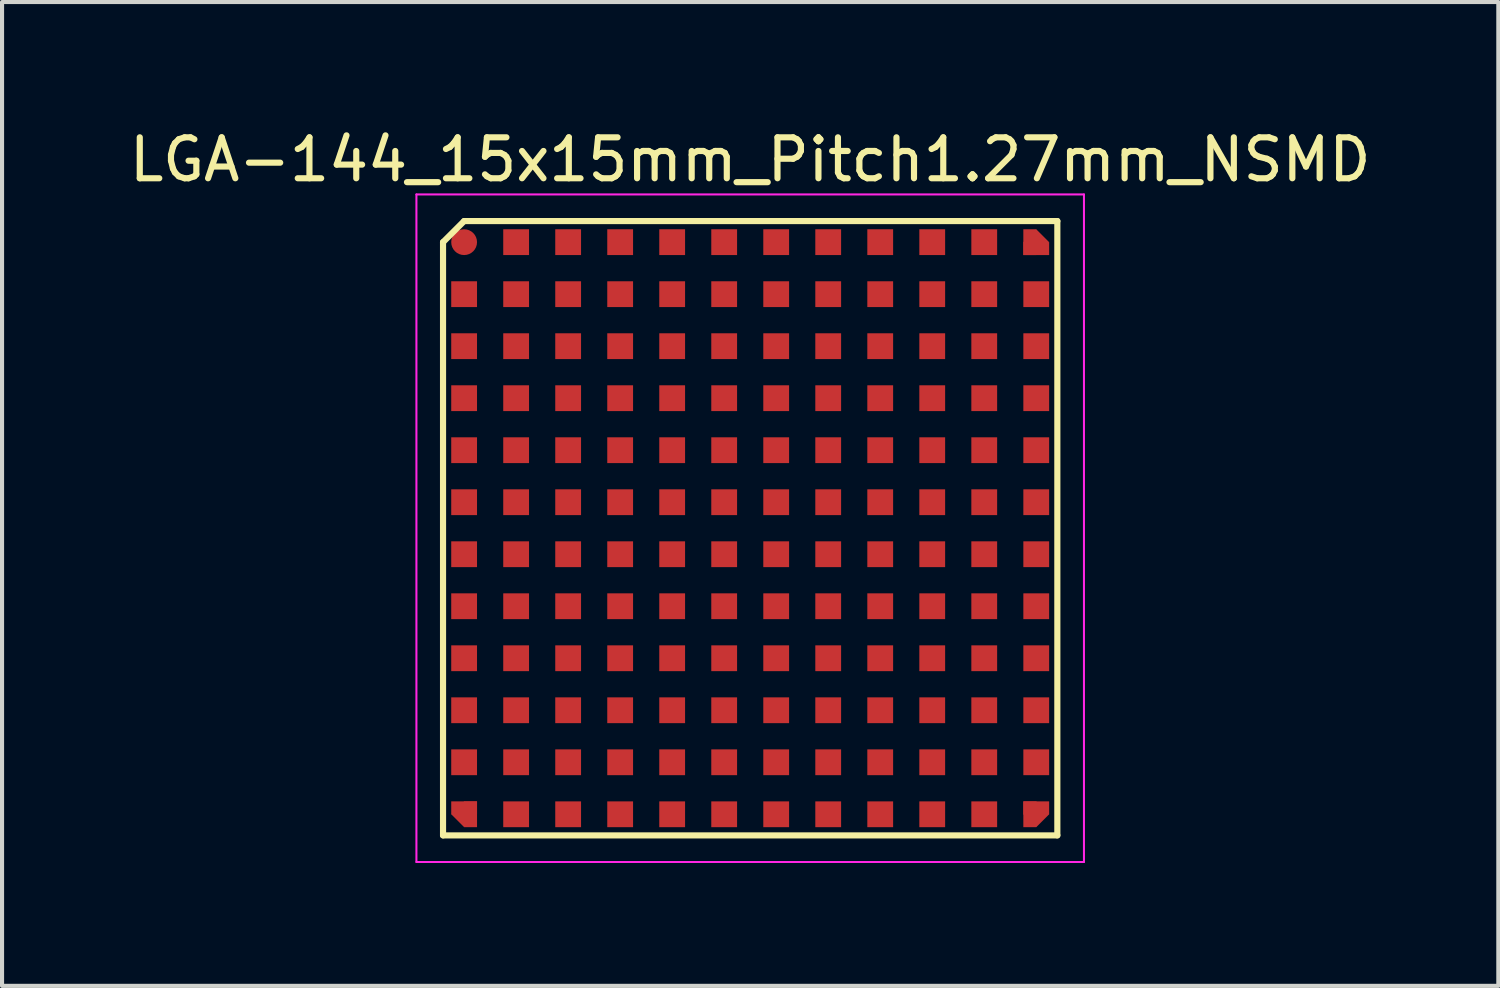
<source format=kicad_pcb>
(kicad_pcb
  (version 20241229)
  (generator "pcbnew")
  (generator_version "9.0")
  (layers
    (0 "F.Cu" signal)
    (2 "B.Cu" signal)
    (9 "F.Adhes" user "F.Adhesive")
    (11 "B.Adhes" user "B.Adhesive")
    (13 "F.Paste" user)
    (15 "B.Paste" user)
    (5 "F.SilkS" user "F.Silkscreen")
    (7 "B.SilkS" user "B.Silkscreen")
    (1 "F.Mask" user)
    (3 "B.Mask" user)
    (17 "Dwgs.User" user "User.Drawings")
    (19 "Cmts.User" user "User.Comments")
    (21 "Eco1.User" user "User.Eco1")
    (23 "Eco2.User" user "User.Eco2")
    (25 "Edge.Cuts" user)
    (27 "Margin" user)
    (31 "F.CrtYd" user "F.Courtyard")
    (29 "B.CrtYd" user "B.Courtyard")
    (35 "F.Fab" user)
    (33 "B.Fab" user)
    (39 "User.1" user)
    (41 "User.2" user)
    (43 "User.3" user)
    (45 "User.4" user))
  (footprint "LGA-144_15x15mm_Pitch1.27mm_NSMD"
    (layer "F.Cu")
    (at 15.268 9.848)
    (property "Reference" "LGA-144_15x15mm_Pitch1.27mm_NSMD" (at 0 -9 0) (layer "F.SilkS") (effects (font (size 1 1) (thickness 0.15))))
    (attr smd)
    (fp_line (start -7.5 -6.985) (end -7.5 7.5) (stroke (width 0.15) (type solid)) (layer "F.SilkS"))
    (fp_line (start -7.5 7.5) (end 7.5 7.5) (stroke (width 0.15) (type solid)) (layer "F.SilkS"))
    (fp_line (start -6.985 -7.5) (end -7.5 -6.985) (stroke (width 0.15) (type solid)) (layer "F.SilkS"))
    (fp_line (start 7.5 -7.5) (end -6.985 -7.5) (stroke (width 0.15) (type solid)) (layer "F.SilkS"))
    (fp_line (start 7.5 7.5) (end 7.5 -7.5) (stroke (width 0.15) (type solid)) (layer "F.SilkS"))
    (fp_line (start -8.15 -8.15) (end 8.15 -8.15) (stroke (width 0.05) (type solid)) (layer "F.CrtYd"))
    (fp_line (start -8.15 8.15) (end -8.15 -8.15) (stroke (width 0.05) (type solid)) (layer "F.CrtYd"))
    (fp_line (start 8.15 -8.15) (end 8.15 8.15) (stroke (width 0.05) (type solid)) (layer "F.CrtYd"))
    (fp_line (start 8.15 8.15) (end -8.15 8.15) (stroke (width 0.05) (type solid)) (layer "F.CrtYd"))
    (pad "A1" smd circle (at -6.985 -6.985) (size 0.63 0.63) (layers "F.Cu" "F.Mask" "F.Paste"))
    (pad "A2" smd rect (at -6.985 -5.715) (size 0.63 0.63) (layers "F.Cu" "F.Mask" "F.Paste"))
    (pad "A3" smd rect (at -6.985 -4.445) (size 0.63 0.63) (layers "F.Cu" "F.Mask" "F.Paste"))
    (pad "A4" smd rect (at -6.985 -3.175) (size 0.63 0.63) (layers "F.Cu" "F.Mask" "F.Paste"))
    (pad "A5" smd rect (at -6.985 -1.905) (size 0.63 0.63) (layers "F.Cu" "F.Mask" "F.Paste"))
    (pad "A6" smd rect (at -6.985 -0.635) (size 0.63 0.63) (layers "F.Cu" "F.Mask" "F.Paste"))
    (pad "A7" smd rect (at -6.985 0.635) (size 0.63 0.63) (layers "F.Cu" "F.Mask" "F.Paste"))
    (pad "A8" smd rect (at -6.985 1.905) (size 0.63 0.63) (layers "F.Cu" "F.Mask" "F.Paste"))
    (pad "A9" smd rect (at -6.985 3.175) (size 0.63 0.63) (layers "F.Cu" "F.Mask" "F.Paste"))
    (pad "A10" smd rect (at -6.985 4.445) (size 0.63 0.63) (layers "F.Cu" "F.Mask" "F.Paste"))
    (pad "A11" smd rect (at -6.985 5.715) (size 0.63 0.63) (layers "F.Cu" "F.Mask" "F.Paste"))
    (pad "A12" smd rect (at -6.985 6.985 180) (size 0.315 0.63) (drill (offset -0.158 0)) (layers "F.Cu" "F.Mask" "F.Paste"))
    (pad "A12" smd rect (at -6.985 6.985 225) (size 0.445 0.445) (layers "F.Cu" "F.Mask" "F.Paste"))
    (pad "A12" smd rect (at -6.985 6.985 180) (size 0.63 0.315) (drill (offset 0 0.158)) (layers "F.Cu" "F.Mask" "F.Paste"))
    (pad "B1" smd rect (at -5.715 -6.985) (size 0.63 0.63) (layers "F.Cu" "F.Mask" "F.Paste"))
    (pad "B2" smd rect (at -5.715 -5.715) (size 0.63 0.63) (layers "F.Cu" "F.Mask" "F.Paste"))
    (pad "B3" smd rect (at -5.715 -4.445) (size 0.63 0.63) (layers "F.Cu" "F.Mask" "F.Paste"))
    (pad "B4" smd rect (at -5.715 -3.175) (size 0.63 0.63) (layers "F.Cu" "F.Mask" "F.Paste"))
    (pad "B5" smd rect (at -5.715 -1.905) (size 0.63 0.63) (layers "F.Cu" "F.Mask" "F.Paste"))
    (pad "B6" smd rect (at -5.715 -0.635) (size 0.63 0.63) (layers "F.Cu" "F.Mask" "F.Paste"))
    (pad "B7" smd rect (at -5.715 0.635) (size 0.63 0.63) (layers "F.Cu" "F.Mask" "F.Paste"))
    (pad "B8" smd rect (at -5.715 1.905) (size 0.63 0.63) (layers "F.Cu" "F.Mask" "F.Paste"))
    (pad "B9" smd rect (at -5.715 3.175) (size 0.63 0.63) (layers "F.Cu" "F.Mask" "F.Paste"))
    (pad "B10" smd rect (at -5.715 4.445) (size 0.63 0.63) (layers "F.Cu" "F.Mask" "F.Paste"))
    (pad "B11" smd rect (at -5.715 5.715) (size 0.63 0.63) (layers "F.Cu" "F.Mask" "F.Paste"))
    (pad "B12" smd rect (at -5.715 6.985) (size 0.63 0.63) (layers "F.Cu" "F.Mask" "F.Paste"))
    (pad "C1" smd rect (at -4.445 -6.985) (size 0.63 0.63) (layers "F.Cu" "F.Mask" "F.Paste"))
    (pad "C2" smd rect (at -4.445 -5.715) (size 0.63 0.63) (layers "F.Cu" "F.Mask" "F.Paste"))
    (pad "C3" smd rect (at -4.445 -4.445) (size 0.63 0.63) (layers "F.Cu" "F.Mask" "F.Paste"))
    (pad "C4" smd rect (at -4.445 -3.175) (size 0.63 0.63) (layers "F.Cu" "F.Mask" "F.Paste"))
    (pad "C5" smd rect (at -4.445 -1.905) (size 0.63 0.63) (layers "F.Cu" "F.Mask" "F.Paste"))
    (pad "C6" smd rect (at -4.445 -0.635) (size 0.63 0.63) (layers "F.Cu" "F.Mask" "F.Paste"))
    (pad "C7" smd rect (at -4.445 0.635) (size 0.63 0.63) (layers "F.Cu" "F.Mask" "F.Paste"))
    (pad "C8" smd rect (at -4.445 1.905) (size 0.63 0.63) (layers "F.Cu" "F.Mask" "F.Paste"))
    (pad "C9" smd rect (at -4.445 3.175) (size 0.63 0.63) (layers "F.Cu" "F.Mask" "F.Paste"))
    (pad "C10" smd rect (at -4.445 4.445) (size 0.63 0.63) (layers "F.Cu" "F.Mask" "F.Paste"))
    (pad "C11" smd rect (at -4.445 5.715) (size 0.63 0.63) (layers "F.Cu" "F.Mask" "F.Paste"))
    (pad "C12" smd rect (at -4.445 6.985) (size 0.63 0.63) (layers "F.Cu" "F.Mask" "F.Paste"))
    (pad "D1" smd rect (at -3.175 -6.985) (size 0.63 0.63) (layers "F.Cu" "F.Mask" "F.Paste"))
    (pad "D2" smd rect (at -3.175 -5.715) (size 0.63 0.63) (layers "F.Cu" "F.Mask" "F.Paste"))
    (pad "D3" smd rect (at -3.175 -4.445) (size 0.63 0.63) (layers "F.Cu" "F.Mask" "F.Paste"))
    (pad "D4" smd rect (at -3.175 -3.175) (size 0.63 0.63) (layers "F.Cu" "F.Mask" "F.Paste"))
    (pad "D5" smd rect (at -3.175 -1.905) (size 0.63 0.63) (layers "F.Cu" "F.Mask" "F.Paste"))
    (pad "D6" smd rect (at -3.175 -0.635) (size 0.63 0.63) (layers "F.Cu" "F.Mask" "F.Paste"))
    (pad "D7" smd rect (at -3.175 0.635) (size 0.63 0.63) (layers "F.Cu" "F.Mask" "F.Paste"))
    (pad "D8" smd rect (at -3.175 1.905) (size 0.63 0.63) (layers "F.Cu" "F.Mask" "F.Paste"))
    (pad "D9" smd rect (at -3.175 3.175) (size 0.63 0.63) (layers "F.Cu" "F.Mask" "F.Paste"))
    (pad "D10" smd rect (at -3.175 4.445) (size 0.63 0.63) (layers "F.Cu" "F.Mask" "F.Paste"))
    (pad "D11" smd rect (at -3.175 5.715) (size 0.63 0.63) (layers "F.Cu" "F.Mask" "F.Paste"))
    (pad "D12" smd rect (at -3.175 6.985) (size 0.63 0.63) (layers "F.Cu" "F.Mask" "F.Paste"))
    (pad "E1" smd rect (at -1.905 -6.985) (size 0.63 0.63) (layers "F.Cu" "F.Mask" "F.Paste"))
    (pad "E2" smd rect (at -1.905 -5.715) (size 0.63 0.63) (layers "F.Cu" "F.Mask" "F.Paste"))
    (pad "E3" smd rect (at -1.905 -4.445) (size 0.63 0.63) (layers "F.Cu" "F.Mask" "F.Paste"))
    (pad "E4" smd rect (at -1.905 -3.175) (size 0.63 0.63) (layers "F.Cu" "F.Mask" "F.Paste"))
    (pad "E5" smd rect (at -1.905 -1.905) (size 0.63 0.63) (layers "F.Cu" "F.Mask" "F.Paste"))
    (pad "E6" smd rect (at -1.905 -0.635) (size 0.63 0.63) (layers "F.Cu" "F.Mask" "F.Paste"))
    (pad "E7" smd rect (at -1.905 0.635) (size 0.63 0.63) (layers "F.Cu" "F.Mask" "F.Paste"))
    (pad "E8" smd rect (at -1.905 1.905) (size 0.63 0.63) (layers "F.Cu" "F.Mask" "F.Paste"))
    (pad "E9" smd rect (at -1.905 3.175) (size 0.63 0.63) (layers "F.Cu" "F.Mask" "F.Paste"))
    (pad "E10" smd rect (at -1.905 4.445) (size 0.63 0.63) (layers "F.Cu" "F.Mask" "F.Paste"))
    (pad "E11" smd rect (at -1.905 5.715) (size 0.63 0.63) (layers "F.Cu" "F.Mask" "F.Paste"))
    (pad "E12" smd rect (at -1.905 6.985) (size 0.63 0.63) (layers "F.Cu" "F.Mask" "F.Paste"))
    (pad "F1" smd rect (at -0.635 -6.985) (size 0.63 0.63) (layers "F.Cu" "F.Mask" "F.Paste"))
    (pad "F2" smd rect (at -0.635 -5.715) (size 0.63 0.63) (layers "F.Cu" "F.Mask" "F.Paste"))
    (pad "F3" smd rect (at -0.635 -4.445) (size 0.63 0.63) (layers "F.Cu" "F.Mask" "F.Paste"))
    (pad "F4" smd rect (at -0.635 -3.175) (size 0.63 0.63) (layers "F.Cu" "F.Mask" "F.Paste"))
    (pad "F5" smd rect (at -0.635 -1.905) (size 0.63 0.63) (layers "F.Cu" "F.Mask" "F.Paste"))
    (pad "F6" smd rect (at -0.635 -0.635) (size 0.63 0.63) (layers "F.Cu" "F.Mask" "F.Paste"))
    (pad "F7" smd rect (at -0.635 0.635) (size 0.63 0.63) (layers "F.Cu" "F.Mask" "F.Paste"))
    (pad "F8" smd rect (at -0.635 1.905) (size 0.63 0.63) (layers "F.Cu" "F.Mask" "F.Paste"))
    (pad "F9" smd rect (at -0.635 3.175) (size 0.63 0.63) (layers "F.Cu" "F.Mask" "F.Paste"))
    (pad "F10" smd rect (at -0.635 4.445) (size 0.63 0.63) (layers "F.Cu" "F.Mask" "F.Paste"))
    (pad "F11" smd rect (at -0.635 5.715) (size 0.63 0.63) (layers "F.Cu" "F.Mask" "F.Paste"))
    (pad "F12" smd rect (at -0.635 6.985) (size 0.63 0.63) (layers "F.Cu" "F.Mask" "F.Paste"))
    (pad "G1" smd rect (at 0.635 -6.985) (size 0.63 0.63) (layers "F.Cu" "F.Mask" "F.Paste"))
    (pad "G2" smd rect (at 0.635 -5.715) (size 0.63 0.63) (layers "F.Cu" "F.Mask" "F.Paste"))
    (pad "G3" smd rect (at 0.635 -4.445) (size 0.63 0.63) (layers "F.Cu" "F.Mask" "F.Paste"))
    (pad "G4" smd rect (at 0.635 -3.175) (size 0.63 0.63) (layers "F.Cu" "F.Mask" "F.Paste"))
    (pad "G5" smd rect (at 0.635 -1.905) (size 0.63 0.63) (layers "F.Cu" "F.Mask" "F.Paste"))
    (pad "G6" smd rect (at 0.635 -0.635) (size 0.63 0.63) (layers "F.Cu" "F.Mask" "F.Paste"))
    (pad "G7" smd rect (at 0.635 0.635) (size 0.63 0.63) (layers "F.Cu" "F.Mask" "F.Paste"))
    (pad "G8" smd rect (at 0.635 1.905) (size 0.63 0.63) (layers "F.Cu" "F.Mask" "F.Paste"))
    (pad "G9" smd rect (at 0.635 3.175) (size 0.63 0.63) (layers "F.Cu" "F.Mask" "F.Paste"))
    (pad "G10" smd rect (at 0.635 4.445) (size 0.63 0.63) (layers "F.Cu" "F.Mask" "F.Paste"))
    (pad "G11" smd rect (at 0.635 5.715) (size 0.63 0.63) (layers "F.Cu" "F.Mask" "F.Paste"))
    (pad "G12" smd rect (at 0.635 6.985) (size 0.63 0.63) (layers "F.Cu" "F.Mask" "F.Paste"))
    (pad "H1" smd rect (at 1.905 -6.985) (size 0.63 0.63) (layers "F.Cu" "F.Mask" "F.Paste"))
    (pad "H2" smd rect (at 1.905 -5.715) (size 0.63 0.63) (layers "F.Cu" "F.Mask" "F.Paste"))
    (pad "H3" smd rect (at 1.905 -4.445) (size 0.63 0.63) (layers "F.Cu" "F.Mask" "F.Paste"))
    (pad "H4" smd rect (at 1.905 -3.175) (size 0.63 0.63) (layers "F.Cu" "F.Mask" "F.Paste"))
    (pad "H5" smd rect (at 1.905 -1.905) (size 0.63 0.63) (layers "F.Cu" "F.Mask" "F.Paste"))
    (pad "H6" smd rect (at 1.905 -0.635) (size 0.63 0.63) (layers "F.Cu" "F.Mask" "F.Paste"))
    (pad "H7" smd rect (at 1.905 0.635) (size 0.63 0.63) (layers "F.Cu" "F.Mask" "F.Paste"))
    (pad "H8" smd rect (at 1.905 1.905) (size 0.63 0.63) (layers "F.Cu" "F.Mask" "F.Paste"))
    (pad "H9" smd rect (at 1.905 3.175) (size 0.63 0.63) (layers "F.Cu" "F.Mask" "F.Paste"))
    (pad "H10" smd rect (at 1.905 4.445) (size 0.63 0.63) (layers "F.Cu" "F.Mask" "F.Paste"))
    (pad "H11" smd rect (at 1.905 5.715) (size 0.63 0.63) (layers "F.Cu" "F.Mask" "F.Paste"))
    (pad "H12" smd rect (at 1.905 6.985) (size 0.63 0.63) (layers "F.Cu" "F.Mask" "F.Paste"))
    (pad "J1" smd rect (at 3.175 -6.985) (size 0.63 0.63) (layers "F.Cu" "F.Mask" "F.Paste"))
    (pad "J2" smd rect (at 3.175 -5.715) (size 0.63 0.63) (layers "F.Cu" "F.Mask" "F.Paste"))
    (pad "J3" smd rect (at 3.175 -4.445) (size 0.63 0.63) (layers "F.Cu" "F.Mask" "F.Paste"))
    (pad "J4" smd rect (at 3.175 -3.175) (size 0.63 0.63) (layers "F.Cu" "F.Mask" "F.Paste"))
    (pad "J5" smd rect (at 3.175 -1.905) (size 0.63 0.63) (layers "F.Cu" "F.Mask" "F.Paste"))
    (pad "J6" smd rect (at 3.175 -0.635) (size 0.63 0.63) (layers "F.Cu" "F.Mask" "F.Paste"))
    (pad "J7" smd rect (at 3.175 0.635) (size 0.63 0.63) (layers "F.Cu" "F.Mask" "F.Paste"))
    (pad "J8" smd rect (at 3.175 1.905) (size 0.63 0.63) (layers "F.Cu" "F.Mask" "F.Paste"))
    (pad "J9" smd rect (at 3.175 3.175) (size 0.63 0.63) (layers "F.Cu" "F.Mask" "F.Paste"))
    (pad "J10" smd rect (at 3.175 4.445) (size 0.63 0.63) (layers "F.Cu" "F.Mask" "F.Paste"))
    (pad "J11" smd rect (at 3.175 5.715) (size 0.63 0.63) (layers "F.Cu" "F.Mask" "F.Paste"))
    (pad "J12" smd rect (at 3.175 6.985) (size 0.63 0.63) (layers "F.Cu" "F.Mask" "F.Paste"))
    (pad "K1" smd rect (at 4.445 -6.985) (size 0.63 0.63) (layers "F.Cu" "F.Mask" "F.Paste"))
    (pad "K2" smd rect (at 4.445 -5.715) (size 0.63 0.63) (layers "F.Cu" "F.Mask" "F.Paste"))
    (pad "K3" smd rect (at 4.445 -4.445) (size 0.63 0.63) (layers "F.Cu" "F.Mask" "F.Paste"))
    (pad "K4" smd rect (at 4.445 -3.175) (size 0.63 0.63) (layers "F.Cu" "F.Mask" "F.Paste"))
    (pad "K5" smd rect (at 4.445 -1.905) (size 0.63 0.63) (layers "F.Cu" "F.Mask" "F.Paste"))
    (pad "K6" smd rect (at 4.445 -0.635) (size 0.63 0.63) (layers "F.Cu" "F.Mask" "F.Paste"))
    (pad "K7" smd rect (at 4.445 0.635) (size 0.63 0.63) (layers "F.Cu" "F.Mask" "F.Paste"))
    (pad "K8" smd rect (at 4.445 1.905) (size 0.63 0.63) (layers "F.Cu" "F.Mask" "F.Paste"))
    (pad "K9" smd rect (at 4.445 3.175) (size 0.63 0.63) (layers "F.Cu" "F.Mask" "F.Paste"))
    (pad "K10" smd rect (at 4.445 4.445) (size 0.63 0.63) (layers "F.Cu" "F.Mask" "F.Paste"))
    (pad "K11" smd rect (at 4.445 5.715) (size 0.63 0.63) (layers "F.Cu" "F.Mask" "F.Paste"))
    (pad "K12" smd rect (at 4.445 6.985) (size 0.63 0.63) (layers "F.Cu" "F.Mask" "F.Paste"))
    (pad "L1" smd rect (at 5.715 -6.985) (size 0.63 0.63) (layers "F.Cu" "F.Mask" "F.Paste"))
    (pad "L2" smd rect (at 5.715 -5.715) (size 0.63 0.63) (layers "F.Cu" "F.Mask" "F.Paste"))
    (pad "L3" smd rect (at 5.715 -4.445) (size 0.63 0.63) (layers "F.Cu" "F.Mask" "F.Paste"))
    (pad "L4" smd rect (at 5.715 -3.175) (size 0.63 0.63) (layers "F.Cu" "F.Mask" "F.Paste"))
    (pad "L5" smd rect (at 5.715 -1.905) (size 0.63 0.63) (layers "F.Cu" "F.Mask" "F.Paste"))
    (pad "L6" smd rect (at 5.715 -0.635) (size 0.63 0.63) (layers "F.Cu" "F.Mask" "F.Paste"))
    (pad "L7" smd rect (at 5.715 0.635) (size 0.63 0.63) (layers "F.Cu" "F.Mask" "F.Paste"))
    (pad "L8" smd rect (at 5.715 1.905) (size 0.63 0.63) (layers "F.Cu" "F.Mask" "F.Paste"))
    (pad "L9" smd rect (at 5.715 3.175) (size 0.63 0.63) (layers "F.Cu" "F.Mask" "F.Paste"))
    (pad "L10" smd rect (at 5.715 4.445) (size 0.63 0.63) (layers "F.Cu" "F.Mask" "F.Paste"))
    (pad "L11" smd rect (at 5.715 5.715) (size 0.63 0.63) (layers "F.Cu" "F.Mask" "F.Paste"))
    (pad "L12" smd rect (at 5.715 6.985) (size 0.63 0.63) (layers "F.Cu" "F.Mask" "F.Paste"))
    (pad "M1" smd rect (at 6.985 -6.985) (size 0.315 0.63) (drill (offset -0.158 0)) (layers "F.Cu" "F.Mask" "F.Paste"))
    (pad "M1" smd rect (at 6.985 -6.985 45) (size 0.445 0.445) (layers "F.Cu" "F.Mask" "F.Paste"))
    (pad "M1" smd trapezoid (at 6.985 -6.985) (size 0.63 0.315) (drill (offset 0 0.158)) (layers "F.Cu" "F.Mask" "F.Paste"))
    (pad "M2" smd rect (at 6.985 -5.715) (size 0.63 0.63) (layers "F.Cu" "F.Mask" "F.Paste"))
    (pad "M3" smd rect (at 6.985 -4.445) (size 0.63 0.63) (layers "F.Cu" "F.Mask" "F.Paste"))
    (pad "M4" smd rect (at 6.985 -3.175) (size 0.63 0.63) (layers "F.Cu" "F.Mask" "F.Paste"))
    (pad "M5" smd rect (at 6.985 -1.905) (size 0.63 0.63) (layers "F.Cu" "F.Mask" "F.Paste"))
    (pad "M6" smd rect (at 6.985 -0.635) (size 0.63 0.63) (layers "F.Cu" "F.Mask" "F.Paste"))
    (pad "M7" smd rect (at 6.985 0.635) (size 0.63 0.63) (layers "F.Cu" "F.Mask" "F.Paste"))
    (pad "M8" smd rect (at 6.985 1.905) (size 0.63 0.63) (layers "F.Cu" "F.Mask" "F.Paste"))
    (pad "M9" smd rect (at 6.985 3.175) (size 0.63 0.63) (layers "F.Cu" "F.Mask" "F.Paste"))
    (pad "M10" smd rect (at 6.985 4.445) (size 0.63 0.63) (layers "F.Cu" "F.Mask" "F.Paste"))
    (pad "M11" smd rect (at 6.985 5.715) (size 0.63 0.63) (layers "F.Cu" "F.Mask" "F.Paste"))
    (pad "M12" smd rect (at 6.985 6.985 270) (size 0.315 0.63) (drill (offset -0.158 0)) (layers "F.Cu" "F.Mask" "F.Paste"))
    (pad "M12" smd rect (at 6.985 6.985 315) (size 0.445 0.445) (layers "F.Cu" "F.Mask" "F.Paste"))
    (pad "M12" smd rect (at 6.985 6.985 270) (size 0.63 0.315) (drill (offset 0 0.158)) (layers "F.Cu" "F.Mask" "F.Paste")))
  (gr_rect
    (start -3 -3)
    (end 33.536 21.023)
    (stroke (width 0.1) (type default))
    (fill no)
    (layer "Edge.Cuts")))
</source>
